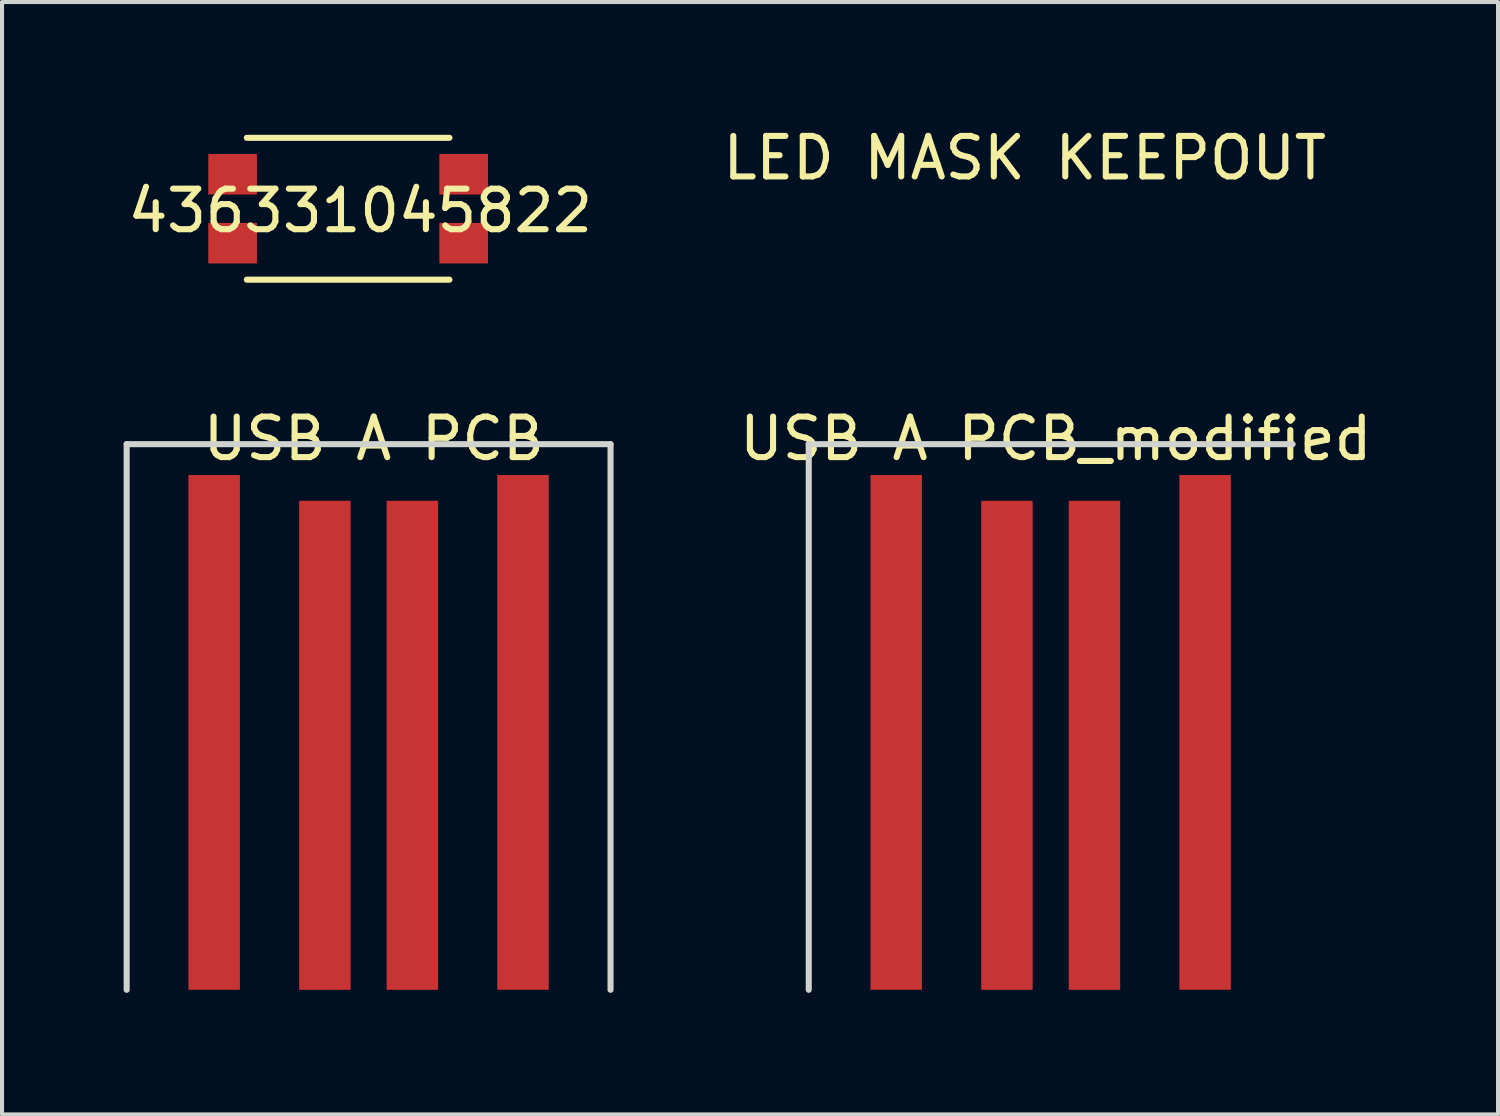
<source format=kicad_pcb>
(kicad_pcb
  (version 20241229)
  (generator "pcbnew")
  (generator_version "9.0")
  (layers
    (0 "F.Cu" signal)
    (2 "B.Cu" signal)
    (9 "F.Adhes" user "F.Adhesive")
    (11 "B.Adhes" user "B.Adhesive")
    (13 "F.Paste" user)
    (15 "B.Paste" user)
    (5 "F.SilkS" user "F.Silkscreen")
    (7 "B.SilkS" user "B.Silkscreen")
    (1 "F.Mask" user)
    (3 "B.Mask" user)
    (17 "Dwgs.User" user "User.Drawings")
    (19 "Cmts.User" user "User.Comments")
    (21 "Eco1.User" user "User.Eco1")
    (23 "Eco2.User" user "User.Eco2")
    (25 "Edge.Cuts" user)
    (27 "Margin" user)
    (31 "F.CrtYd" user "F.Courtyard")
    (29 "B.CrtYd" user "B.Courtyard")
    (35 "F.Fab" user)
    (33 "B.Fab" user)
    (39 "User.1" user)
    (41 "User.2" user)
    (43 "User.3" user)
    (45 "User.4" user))
  (footprint "LED MASK KEEPOUT"
    (layer "F.Cu")
    (at 22.232 0.348)
    (property "Reference" "LED MASK KEEPOUT" (at 0 0.5 0) (layer "F.SilkS") (effects (font (size 1 1) (thickness 0.15))))
    (attr through_hole)
    (fp_line (start -2.286 1.778) (end -2.286 3.048) (stroke (width 0.75) (type solid)) (layer "F.Mask"))
    (fp_line (start -2.286 3.048) (end 0.508 3.048) (stroke (width 0.75) (type solid)) (layer "F.Mask"))
    (fp_line (start -2.032 2.54) (end 0.254 2.54) (stroke (width 1.27) (type solid)) (layer "F.Mask"))
    (fp_line (start 0.508 1.778) (end -2.286 1.778) (stroke (width 0.75) (type solid)) (layer "F.Mask"))
    (fp_line (start 0.508 3.048) (end 0.508 1.778) (stroke (width 0.75) (type solid)) (layer "F.Mask"))
    (fp_line (start -2.286 1.778) (end -2.286 3.048) (stroke (width 0.75) (type solid)) (layer "B.Mask"))
    (fp_line (start -2.286 3.048) (end 0.508 3.048) (stroke (width 0.75) (type solid)) (layer "B.Mask"))
    (fp_line (start -2.032 2.54) (end 0.254 2.54) (stroke (width 1.27) (type solid)) (layer "B.Mask"))
    (fp_line (start 0.508 1.778) (end -2.286 1.778) (stroke (width 0.75) (type solid)) (layer "B.Mask"))
    (fp_line (start 0.508 3.048) (end 0.508 1.778) (stroke (width 0.75) (type solid)) (layer "B.Mask")))
  (footprint "436331045822"
    (layer "F.Cu")
    (at 5.639 0.25)
    (property "Reference" "436331045822" (at 0.2 1.9 0) (layer "F.SilkS") (effects (font (size 1 1) (thickness 0.15))))
    (attr through_hole)
    (fp_line (start -2.6 0.1) (end 2.4 0.1) (stroke (width 0.15) (type solid)) (layer "F.SilkS"))
    (fp_line (start -2.6 3.6) (end 2.4 3.6) (stroke (width 0.15) (type solid)) (layer "F.SilkS"))
    (pad "1" smd rect (at -2.95 1) (size 1.2 1) (layers "F.Cu" "F.Mask" "F.Paste"))
    (pad "1" smd rect (at 2.75 1) (size 1.2 1) (layers "F.Cu" "F.Mask" "F.Paste"))
    (pad "2" smd rect (at -2.95 2.7) (size 1.2 1) (layers "F.Cu" "F.Mask" "F.Paste"))
    (pad "2" smd rect (at 2.75 2.7) (size 1.2 1) (layers "F.Cu" "F.Mask" "F.Paste")))
  (footprint "USB A PCB"
    (layer "F.Cu")
    (at 6.171 7.273)
    (property "Reference" "USB A PCB" (at 0 0.5 0) (layer "F.SilkS") (effects (font (size 1 1) (thickness 0.15))))
    (attr through_hole)
    (fp_line (start -6.096 0.635) (end -6.096 14.097) (stroke (width 0.15) (type solid)) (layer "Edge.Cuts"))
    (fp_line (start -6.096 0.635) (end 5.842 0.635) (stroke (width 0.15) (type solid)) (layer "Edge.Cuts"))
    (fp_line (start 5.842 0.635) (end 5.842 14.097) (stroke (width 0.15) (type solid)) (layer "Edge.Cuts"))
    (pad "1" connect rect (at -3.937 7.747) (size 1.27 12.7) (layers "F.Cu" "F.Mask"))
    (pad "2" connect rect (at -1.206 8.065) (size 1.27 12.065) (layers "F.Cu" "F.Mask"))
    (pad "3" connect rect (at 0.953 8.065) (size 1.27 12.065) (layers "F.Cu" "F.Mask"))
    (pad "4" connect rect (at 3.683 7.747) (size 1.27 12.7) (layers "F.Cu" "F.Mask")))
  (footprint "USB A PCB_modified"
    (layer "F.Cu")
    (at 22.999 7.273)
    (property "Reference" "USB A PCB_modified" (at 0 0.5 0) (layer "F.SilkS") (effects (font (size 1 1) (thickness 0.15))))
    (attr through_hole)
    (fp_line (start -6.096 0.635) (end -6.096 14.097) (stroke (width 0.15) (type solid)) (layer "Edge.Cuts"))
    (fp_line (start -6.096 0.635) (end 5.842 0.635) (stroke (width 0.15) (type solid)) (layer "Edge.Cuts"))
    (pad "1" connect rect (at -3.937 7.747) (size 1.27 12.7) (layers "F.Cu" "F.Mask"))
    (pad "2" connect rect (at -1.206 8.065) (size 1.27 12.065) (layers "F.Cu" "F.Mask"))
    (pad "3" connect rect (at 0.953 8.065) (size 1.27 12.065) (layers "F.Cu" "F.Mask"))
    (pad "4" connect rect (at 3.683 7.747) (size 1.27 12.7) (layers "F.Cu" "F.Mask")))
  (gr_rect
    (start -3 -3)
    (end 33.909 24.445)
    (stroke (width 0.1) (type default))
    (fill no)
    (layer "Edge.Cuts")))
</source>
